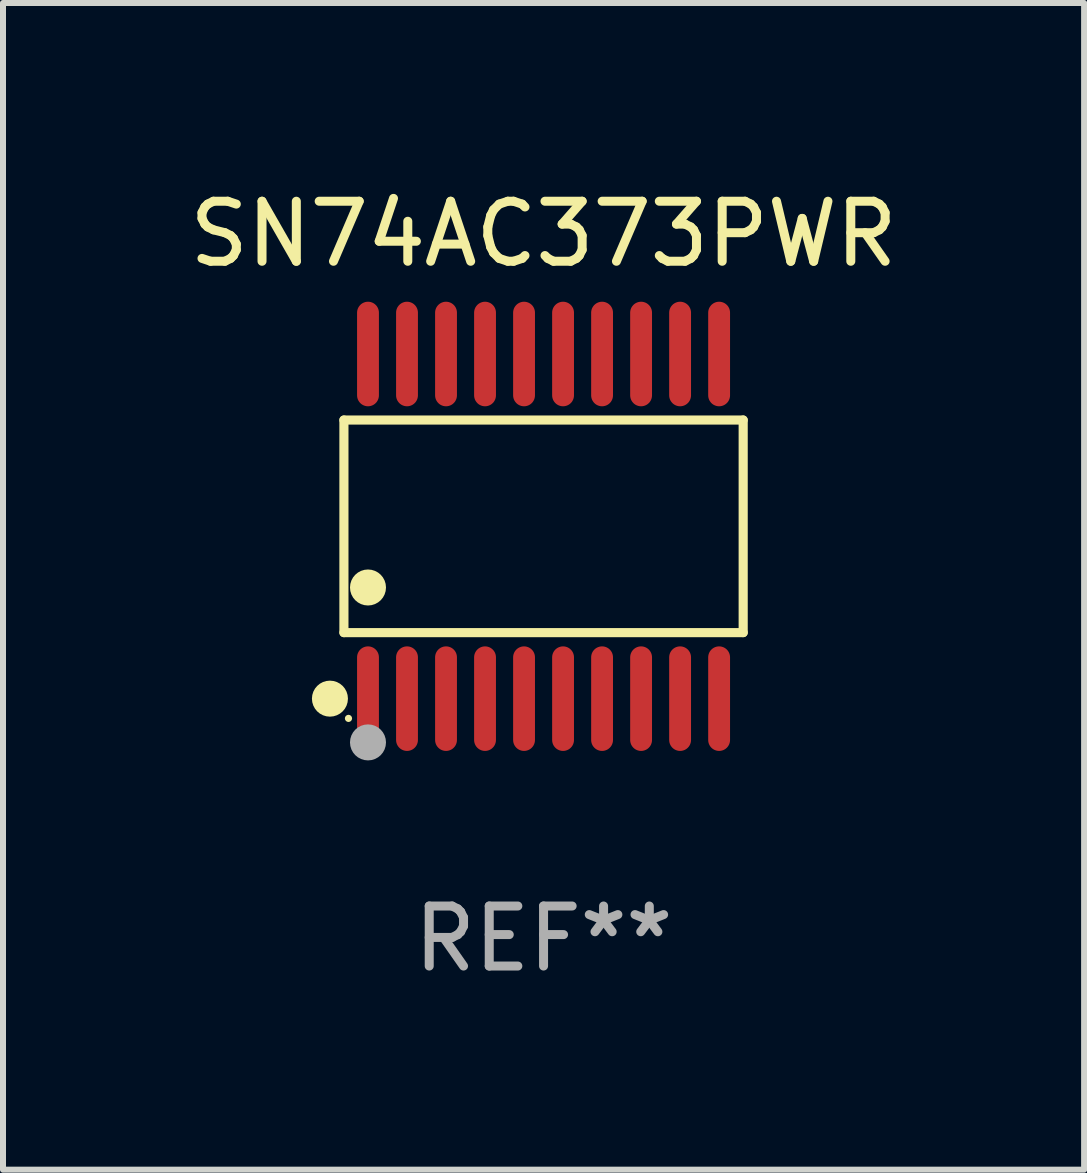
<source format=kicad_pcb>
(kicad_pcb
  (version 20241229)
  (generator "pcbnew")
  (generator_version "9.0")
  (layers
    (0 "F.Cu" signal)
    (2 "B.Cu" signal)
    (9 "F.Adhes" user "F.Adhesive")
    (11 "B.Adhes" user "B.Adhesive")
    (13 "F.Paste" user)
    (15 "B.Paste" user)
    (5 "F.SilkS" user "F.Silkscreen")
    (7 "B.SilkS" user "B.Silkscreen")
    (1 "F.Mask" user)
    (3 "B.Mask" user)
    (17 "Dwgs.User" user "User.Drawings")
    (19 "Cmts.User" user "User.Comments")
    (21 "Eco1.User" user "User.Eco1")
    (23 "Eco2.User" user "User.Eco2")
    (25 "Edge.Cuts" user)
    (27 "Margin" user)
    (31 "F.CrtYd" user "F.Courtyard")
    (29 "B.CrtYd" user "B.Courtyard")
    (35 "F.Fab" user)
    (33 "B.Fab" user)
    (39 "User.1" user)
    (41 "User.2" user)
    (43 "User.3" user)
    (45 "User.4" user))
  (footprint "SN74AC373PWR"
    (layer "F.Cu")
    (at 6.006 5.719)
    (property "Reference" "SN74AC373PWR" (at 0 -4.871 0) (layer "F.SilkS") (effects (font (size 1 1) (thickness 0.15))))
    (attr through_hole)
    (fp_line (start -3.326 -1.771) (end 3.326 -1.771) (stroke (width 0.152) (type solid)) (layer "F.SilkS"))
    (fp_line (start -3.326 1.771) (end -3.326 -1.771) (stroke (width 0.152) (type solid)) (layer "F.SilkS"))
    (fp_line (start 3.326 -1.771) (end 3.326 1.771) (stroke (width 0.152) (type solid)) (layer "F.SilkS"))
    (fp_line (start 3.326 1.771) (end -3.326 1.771) (stroke (width 0.152) (type solid)) (layer "F.SilkS"))
    (fp_circle (center -3.559 2.871) (end -3.409 2.871) (stroke (width 0.3) (type solid)) (fill no) (layer "F.SilkS"))
    (fp_circle (center -3.25 3.2) (end -3.22 3.2) (stroke (width 0.06) (type solid)) (fill no) (layer "F.SilkS"))
    (fp_circle (center -2.925 1.019) (end -2.775 1.019) (stroke (width 0.3) (type solid)) (fill no) (layer "F.SilkS"))
    (fp_circle (center -2.925 3.6) (end -2.775 3.6) (stroke (width 0.3) (type solid)) (fill no) (layer "F.Fab"))
    (fp_text user "REF**" (at 0 6.871 0) (layer "F.Fab") (effects (font (size 1 1) (thickness 0.15))))
    (pad "1" smd oval (at -2.925 2.871) (size 0.364 1.742) (layers "F.Cu" "F.Mask" "F.Paste"))
    (pad "2" smd oval (at -2.275 2.871) (size 0.364 1.742) (layers "F.Cu" "F.Mask" "F.Paste"))
    (pad "3" smd oval (at -1.625 2.871) (size 0.364 1.742) (layers "F.Cu" "F.Mask" "F.Paste"))
    (pad "4" smd oval (at -0.975 2.871) (size 0.364 1.742) (layers "F.Cu" "F.Mask" "F.Paste"))
    (pad "5" smd oval (at -0.325 2.871) (size 0.364 1.742) (layers "F.Cu" "F.Mask" "F.Paste"))
    (pad "6" smd oval (at 0.325 2.871) (size 0.364 1.742) (layers "F.Cu" "F.Mask" "F.Paste"))
    (pad "7" smd oval (at 0.975 2.871) (size 0.364 1.742) (layers "F.Cu" "F.Mask" "F.Paste"))
    (pad "8" smd oval (at 1.625 2.871) (size 0.364 1.742) (layers "F.Cu" "F.Mask" "F.Paste"))
    (pad "9" smd oval (at 2.275 2.871) (size 0.364 1.742) (layers "F.Cu" "F.Mask" "F.Paste"))
    (pad "10" smd oval (at 2.925 2.871) (size 0.364 1.742) (layers "F.Cu" "F.Mask" "F.Paste"))
    (pad "11" smd oval (at 2.925 -2.871) (size 0.364 1.742) (layers "F.Cu" "F.Mask" "F.Paste"))
    (pad "12" smd oval (at 2.275 -2.871) (size 0.364 1.742) (layers "F.Cu" "F.Mask" "F.Paste"))
    (pad "13" smd oval (at 1.625 -2.871) (size 0.364 1.742) (layers "F.Cu" "F.Mask" "F.Paste"))
    (pad "14" smd oval (at 0.975 -2.871) (size 0.364 1.742) (layers "F.Cu" "F.Mask" "F.Paste"))
    (pad "15" smd oval (at 0.325 -2.871) (size 0.364 1.742) (layers "F.Cu" "F.Mask" "F.Paste"))
    (pad "16" smd oval (at -0.325 -2.871) (size 0.364 1.742) (layers "F.Cu" "F.Mask" "F.Paste"))
    (pad "17" smd oval (at -0.975 -2.871) (size 0.364 1.742) (layers "F.Cu" "F.Mask" "F.Paste"))
    (pad "18" smd oval (at -1.625 -2.871) (size 0.364 1.742) (layers "F.Cu" "F.Mask" "F.Paste"))
    (pad "19" smd oval (at -2.275 -2.871) (size 0.364 1.742) (layers "F.Cu" "F.Mask" "F.Paste"))
    (pad "20" smd oval (at -2.925 -2.871) (size 0.364 1.742) (layers "F.Cu" "F.Mask" "F.Paste")))
  (gr_rect
    (start -3 -3)
    (end 15.012 16.438)
    (stroke (width 0.1) (type default))
    (fill no)
    (layer "Edge.Cuts")))
</source>
